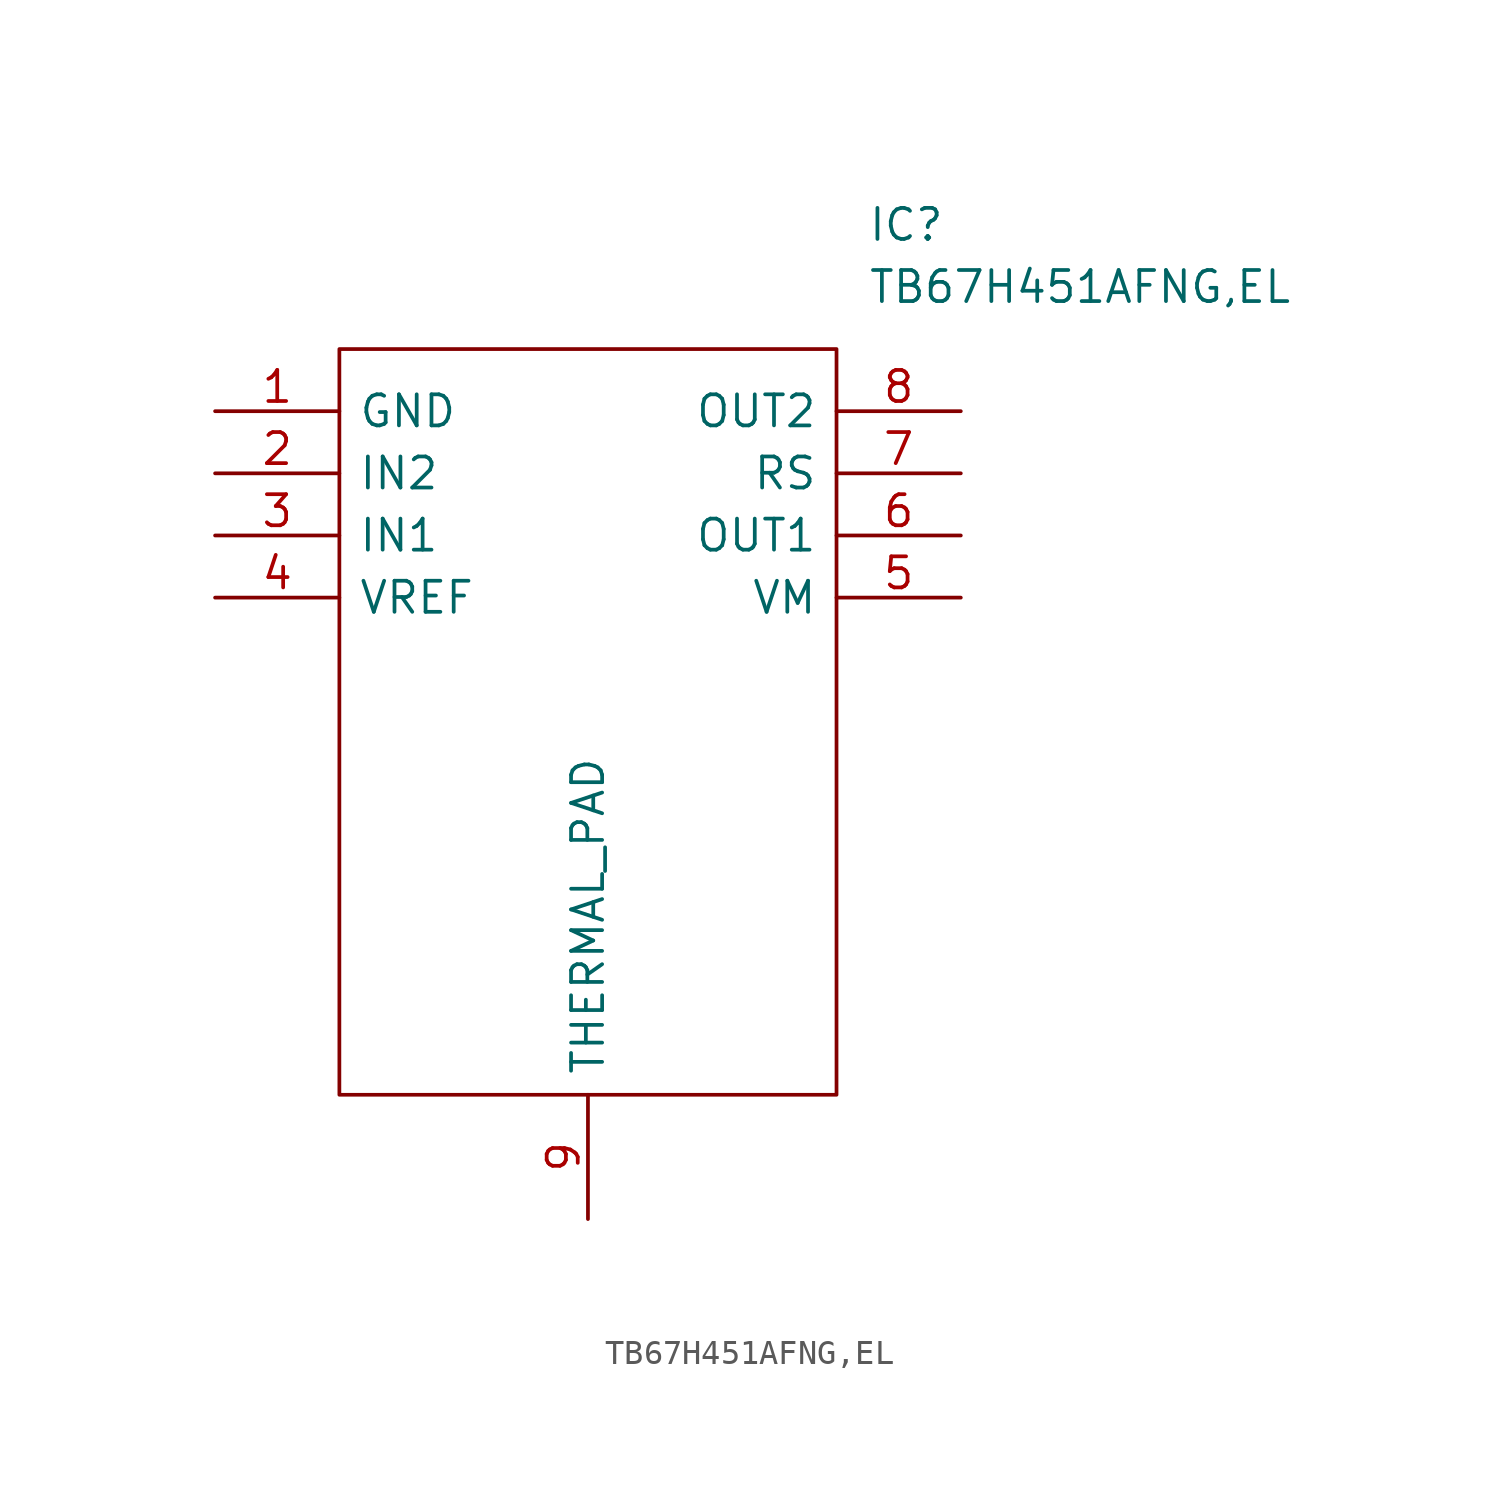
<source format=kicad_sym>
(kicad_symbol_lib
  (version 20211014)
  (generator kicad_symbol_editor)
  (symbol "TB67H451AFNG,EL"
    (pin_names
      (offset 0.762))
    (property "Reference" "IC"
      (at 26.67 7.62 0)
      (effects (font (size 1.27 1.27)) (justify left)))
    (property "Value" "TB67H451AFNG,EL"
      (at 26.67 5.08 0)
      (effects (font (size 1.27 1.27)) (justify left)))
    (symbol "TB67H451AFNG,EL_0_0"
      (pin passive line (at 0 0 0) (length 5.08) (name "GND" (effects (font (size 1.27 1.27)))) (number "1" (effects (font (size 1.27 1.27)))))
      (pin passive line (at 0 -2.54 0) (length 5.08) (name "IN2" (effects (font (size 1.27 1.27)))) (number "2" (effects (font (size 1.27 1.27)))))
      (pin passive line (at 0 -5.08 0) (length 5.08) (name "IN1" (effects (font (size 1.27 1.27)))) (number "3" (effects (font (size 1.27 1.27)))))
      (pin passive line (at 0 -7.62 0) (length 5.08) (name "VREF" (effects (font (size 1.27 1.27)))) (number "4" (effects (font (size 1.27 1.27)))))
      (pin passive line (at 30.48 -7.62 180) (length 5.08) (name "VM" (effects (font (size 1.27 1.27)))) (number "5" (effects (font (size 1.27 1.27)))))
      (pin passive line (at 30.48 -5.08 180) (length 5.08) (name "OUT1" (effects (font (size 1.27 1.27)))) (number "6" (effects (font (size 1.27 1.27)))))
      (pin passive line (at 30.48 -2.54 180) (length 5.08) (name "RS" (effects (font (size 1.27 1.27)))) (number "7" (effects (font (size 1.27 1.27)))))
      (pin passive line (at 30.48 0 180) (length 5.08) (name "OUT2" (effects (font (size 1.27 1.27)))) (number "8" (effects (font (size 1.27 1.27)))))
      (pin passive line (at 15.24 -33.02 90) (length 5.08) (name "THERMAL_PAD" (effects (font (size 1.27 1.27)))) (number "9" (effects (font (size 1.27 1.27))))))
    (symbol "TB67H451AFNG,EL_0_1"
      (polyline (pts (xy 5.08 2.54) (xy 25.4 2.54) (xy 25.4 -27.94) (xy 5.08 -27.94) (xy 5.08 2.54)) (stroke (width 0.152) (type default) (color 0 0 0 0)) (fill (type none))))))
</source>
